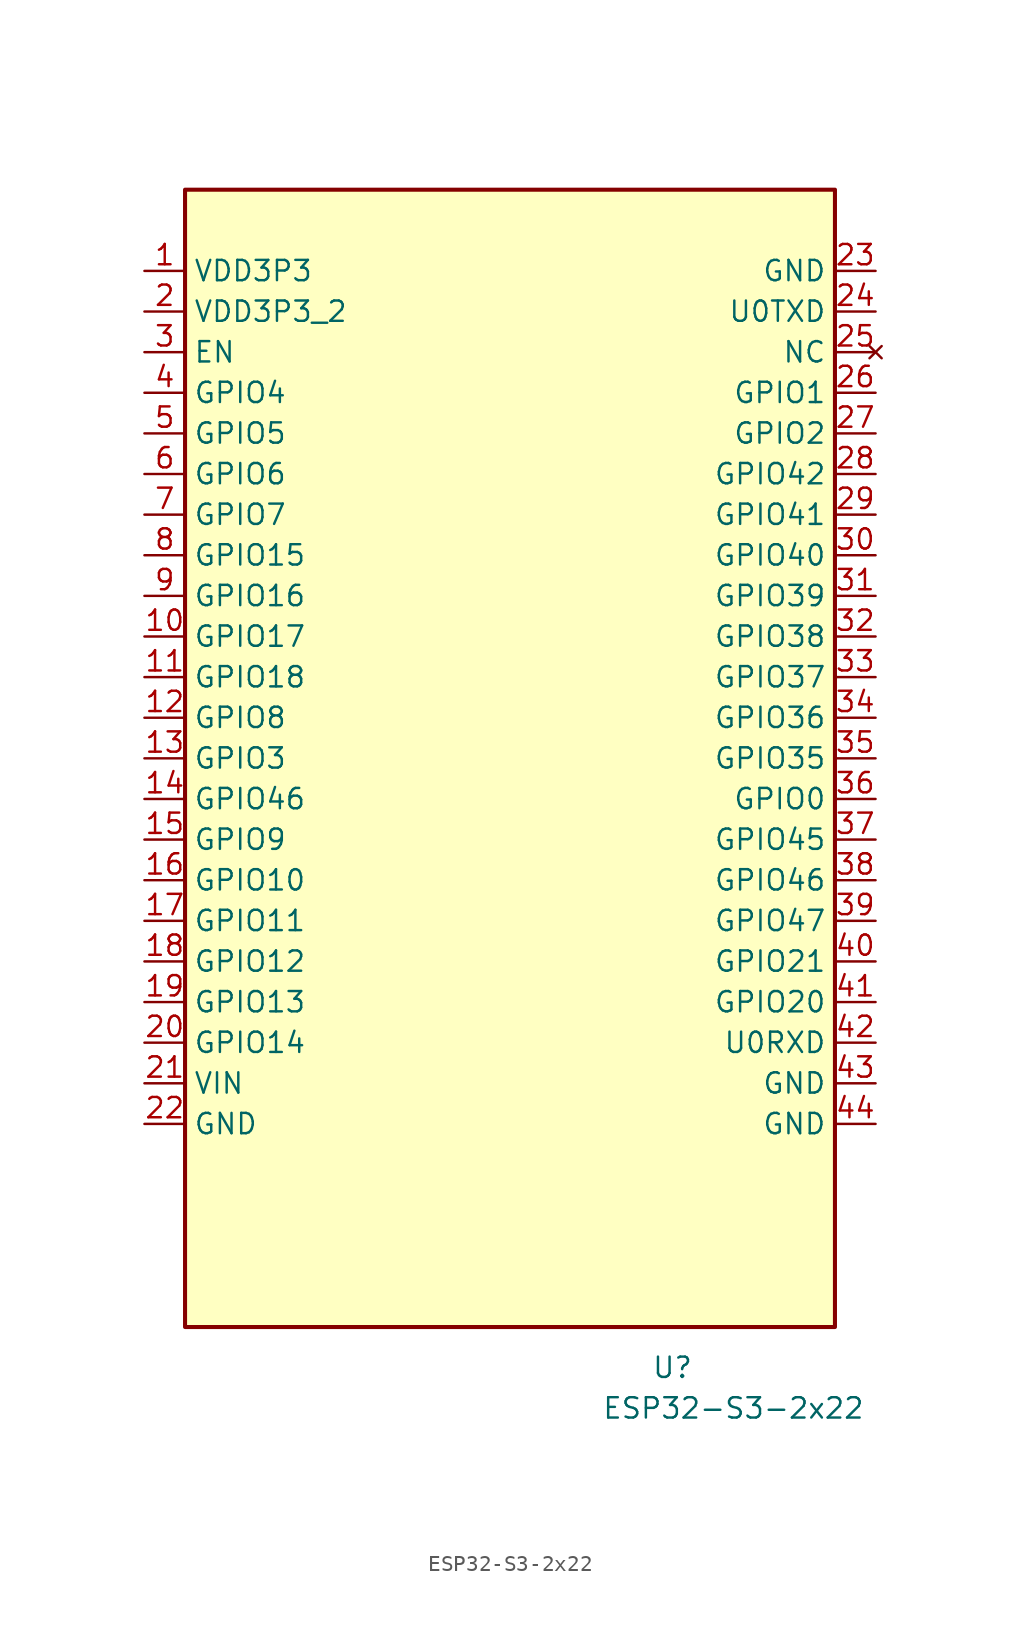
<source format=kicad_sym>
(kicad_symbol_lib
  (version 20241209)
  (generator "kicad_symbol_editor")
  (generator_version "9.0")
  (symbol "ESP32-S3-2x22"
    (power)
    (property "Reference" "U"
      (at 10.16 -38.1 0)
      (effects (font (size 1.27 1.27))))
    (property "Value" "ESP32-S3-2x22"
      (at 13.97 -40.64 0)
      (effects (font (size 1.27 1.27))))
    (symbol "ESP32-S3-2x22_0_1"
      (rectangle (start -20.32 35.56) (end 20.32 -35.56) (stroke (width 0.254) (type default)) (fill (type background))))
    (symbol "ESP32-S3-2x22_1_1"
      (pin power_in line (at -22.86 30.48 0) (length 2.54) (name "VDD3P3" (effects (font (size 1.27 1.27)))) (number "1" (effects (font (size 1.27 1.27)))))
      (pin power_in line (at -22.86 27.94 0) (length 2.54) (name "VDD3P3_2" (effects (font (size 1.27 1.27)))) (number "2" (effects (font (size 1.27 1.27)))))
      (pin input line (at -22.86 25.4 0) (length 2.54) (name "EN" (effects (font (size 1.27 1.27)))) (number "3" (effects (font (size 1.27 1.27)))))
      (pin bidirectional line (at -22.86 22.86 0) (length 2.54) (name "GPIO4" (effects (font (size 1.27 1.27)))) (number "4" (effects (font (size 1.27 1.27)))))
      (pin bidirectional line (at -22.86 20.32 0) (length 2.54) (name "GPIO5" (effects (font (size 1.27 1.27)))) (number "5" (effects (font (size 1.27 1.27)))))
      (pin bidirectional line (at -22.86 17.78 0) (length 2.54) (name "GPIO6" (effects (font (size 1.27 1.27)))) (number "6" (effects (font (size 1.27 1.27)))))
      (pin bidirectional line (at -22.86 15.24 0) (length 2.54) (name "GPIO7" (effects (font (size 1.27 1.27)))) (number "7" (effects (font (size 1.27 1.27)))))
      (pin bidirectional line (at -22.86 12.7 0) (length 2.54) (name "GPIO15" (effects (font (size 1.27 1.27)))) (number "8" (effects (font (size 1.27 1.27)))))
      (pin bidirectional line (at -22.86 10.16 0) (length 2.54) (name "GPIO16" (effects (font (size 1.27 1.27)))) (number "9" (effects (font (size 1.27 1.27)))))
      (pin bidirectional line (at -22.86 7.62 0) (length 2.54) (name "GPIO17" (effects (font (size 1.27 1.27)))) (number "10" (effects (font (size 1.27 1.27)))))
      (pin bidirectional line (at -22.86 5.08 0) (length 2.54) (name "GPIO18" (effects (font (size 1.27 1.27)))) (number "11" (effects (font (size 1.27 1.27)))))
      (pin bidirectional line (at -22.86 2.54 0) (length 2.54) (name "GPIO8" (effects (font (size 1.27 1.27)))) (number "12" (effects (font (size 1.27 1.27)))))
      (pin bidirectional line (at -22.86 0 0) (length 2.54) (name "GPIO3" (effects (font (size 1.27 1.27)))) (number "13" (effects (font (size 1.27 1.27)))))
      (pin bidirectional line (at -22.86 -2.54 0) (length 2.54) (name "GPIO46" (effects (font (size 1.27 1.27)))) (number "14" (effects (font (size 1.27 1.27)))))
      (pin bidirectional line (at -22.86 -5.08 0) (length 2.54) (name "GPIO9" (effects (font (size 1.27 1.27)))) (number "15" (effects (font (size 1.27 1.27)))))
      (pin bidirectional line (at -22.86 -7.62 0) (length 2.54) (name "GPIO10" (effects (font (size 1.27 1.27)))) (number "16" (effects (font (size 1.27 1.27)))))
      (pin bidirectional line (at -22.86 -10.16 0) (length 2.54) (name "GPIO11" (effects (font (size 1.27 1.27)))) (number "17" (effects (font (size 1.27 1.27)))))
      (pin bidirectional line (at -22.86 -12.7 0) (length 2.54) (name "GPIO12" (effects (font (size 1.27 1.27)))) (number "18" (effects (font (size 1.27 1.27)))))
      (pin bidirectional line (at -22.86 -15.24 0) (length 2.54) (name "GPIO13" (effects (font (size 1.27 1.27)))) (number "19" (effects (font (size 1.27 1.27)))))
      (pin bidirectional line (at -22.86 -17.78 0) (length 2.54) (name "GPIO14" (effects (font (size 1.27 1.27)))) (number "20" (effects (font (size 1.27 1.27)))))
      (pin power_in line (at -22.86 -20.32 0) (length 2.54) (name "VIN" (effects (font (size 1.27 1.27)))) (number "21" (effects (font (size 1.27 1.27)))))
      (pin power_in line (at -22.86 -22.86 0) (length 2.54) (name "GND" (effects (font (size 1.27 1.27)))) (number "22" (effects (font (size 1.27 1.27)))))
      (pin power_in line (at 22.86 30.48 180) (length 2.54) (name "GND" (effects (font (size 1.27 1.27)))) (number "23" (effects (font (size 1.27 1.27)))))
      (pin output line (at 22.86 27.94 180) (length 2.54) (name "U0TXD" (effects (font (size 1.27 1.27)))) (number "24" (effects (font (size 1.27 1.27)))))
      (pin no_connect line (at 22.86 25.4 180) (length 2.54) (name "NC" (effects (font (size 1.27 1.27)))) (number "25" (effects (font (size 1.27 1.27)))))
      (pin bidirectional line (at 22.86 22.86 180) (length 2.54) (name "GPIO1" (effects (font (size 1.27 1.27)))) (number "26" (effects (font (size 1.27 1.27)))))
      (pin bidirectional line (at 22.86 20.32 180) (length 2.54) (name "GPIO2" (effects (font (size 1.27 1.27)))) (number "27" (effects (font (size 1.27 1.27)))))
      (pin bidirectional line (at 22.86 17.78 180) (length 2.54) (name "GPIO42" (effects (font (size 1.27 1.27)))) (number "28" (effects (font (size 1.27 1.27)))))
      (pin bidirectional line (at 22.86 15.24 180) (length 2.54) (name "GPIO41" (effects (font (size 1.27 1.27)))) (number "29" (effects (font (size 1.27 1.27)))))
      (pin bidirectional line (at 22.86 12.7 180) (length 2.54) (name "GPIO40" (effects (font (size 1.27 1.27)))) (number "30" (effects (font (size 1.27 1.27)))))
      (pin bidirectional line (at 22.86 10.16 180) (length 2.54) (name "GPIO39" (effects (font (size 1.27 1.27)))) (number "31" (effects (font (size 1.27 1.27)))))
      (pin bidirectional line (at 22.86 7.62 180) (length 2.54) (name "GPIO38" (effects (font (size 1.27 1.27)))) (number "32" (effects (font (size 1.27 1.27)))))
      (pin bidirectional line (at 22.86 5.08 180) (length 2.54) (name "GPIO37" (effects (font (size 1.27 1.27)))) (number "33" (effects (font (size 1.27 1.27)))))
      (pin bidirectional line (at 22.86 2.54 180) (length 2.54) (name "GPIO36" (effects (font (size 1.27 1.27)))) (number "34" (effects (font (size 1.27 1.27)))))
      (pin bidirectional line (at 22.86 0 180) (length 2.54) (name "GPIO35" (effects (font (size 1.27 1.27)))) (number "35" (effects (font (size 1.27 1.27)))))
      (pin bidirectional line (at 22.86 -2.54 180) (length 2.54) (name "GPIO0" (effects (font (size 1.27 1.27)))) (number "36" (effects (font (size 1.27 1.27)))))
      (pin bidirectional line (at 22.86 -5.08 180) (length 2.54) (name "GPIO45" (effects (font (size 1.27 1.27)))) (number "37" (effects (font (size 1.27 1.27)))))
      (pin bidirectional line (at 22.86 -7.62 180) (length 2.54) (name "GPIO46" (effects (font (size 1.27 1.27)))) (number "38" (effects (font (size 1.27 1.27)))))
      (pin bidirectional line (at 22.86 -10.16 180) (length 2.54) (name "GPIO47" (effects (font (size 1.27 1.27)))) (number "39" (effects (font (size 1.27 1.27)))))
      (pin bidirectional line (at 22.86 -12.7 180) (length 2.54) (name "GPIO21" (effects (font (size 1.27 1.27)))) (number "40" (effects (font (size 1.27 1.27)))))
      (pin bidirectional line (at 22.86 -15.24 180) (length 2.54) (name "GPIO20" (effects (font (size 1.27 1.27)))) (number "41" (effects (font (size 1.27 1.27)))))
      (pin input line (at 22.86 -17.78 180) (length 2.54) (name "U0RXD" (effects (font (size 1.27 1.27)))) (number "42" (effects (font (size 1.27 1.27)))))
      (pin power_in line (at 22.86 -20.32 180) (length 2.54) (name "GND" (effects (font (size 1.27 1.27)))) (number "43" (effects (font (size 1.27 1.27)))))
      (pin power_in line (at 22.86 -22.86 180) (length 2.54) (name "GND" (effects (font (size 1.27 1.27)))) (number "44" (effects (font (size 1.27 1.27))))))))
</source>
